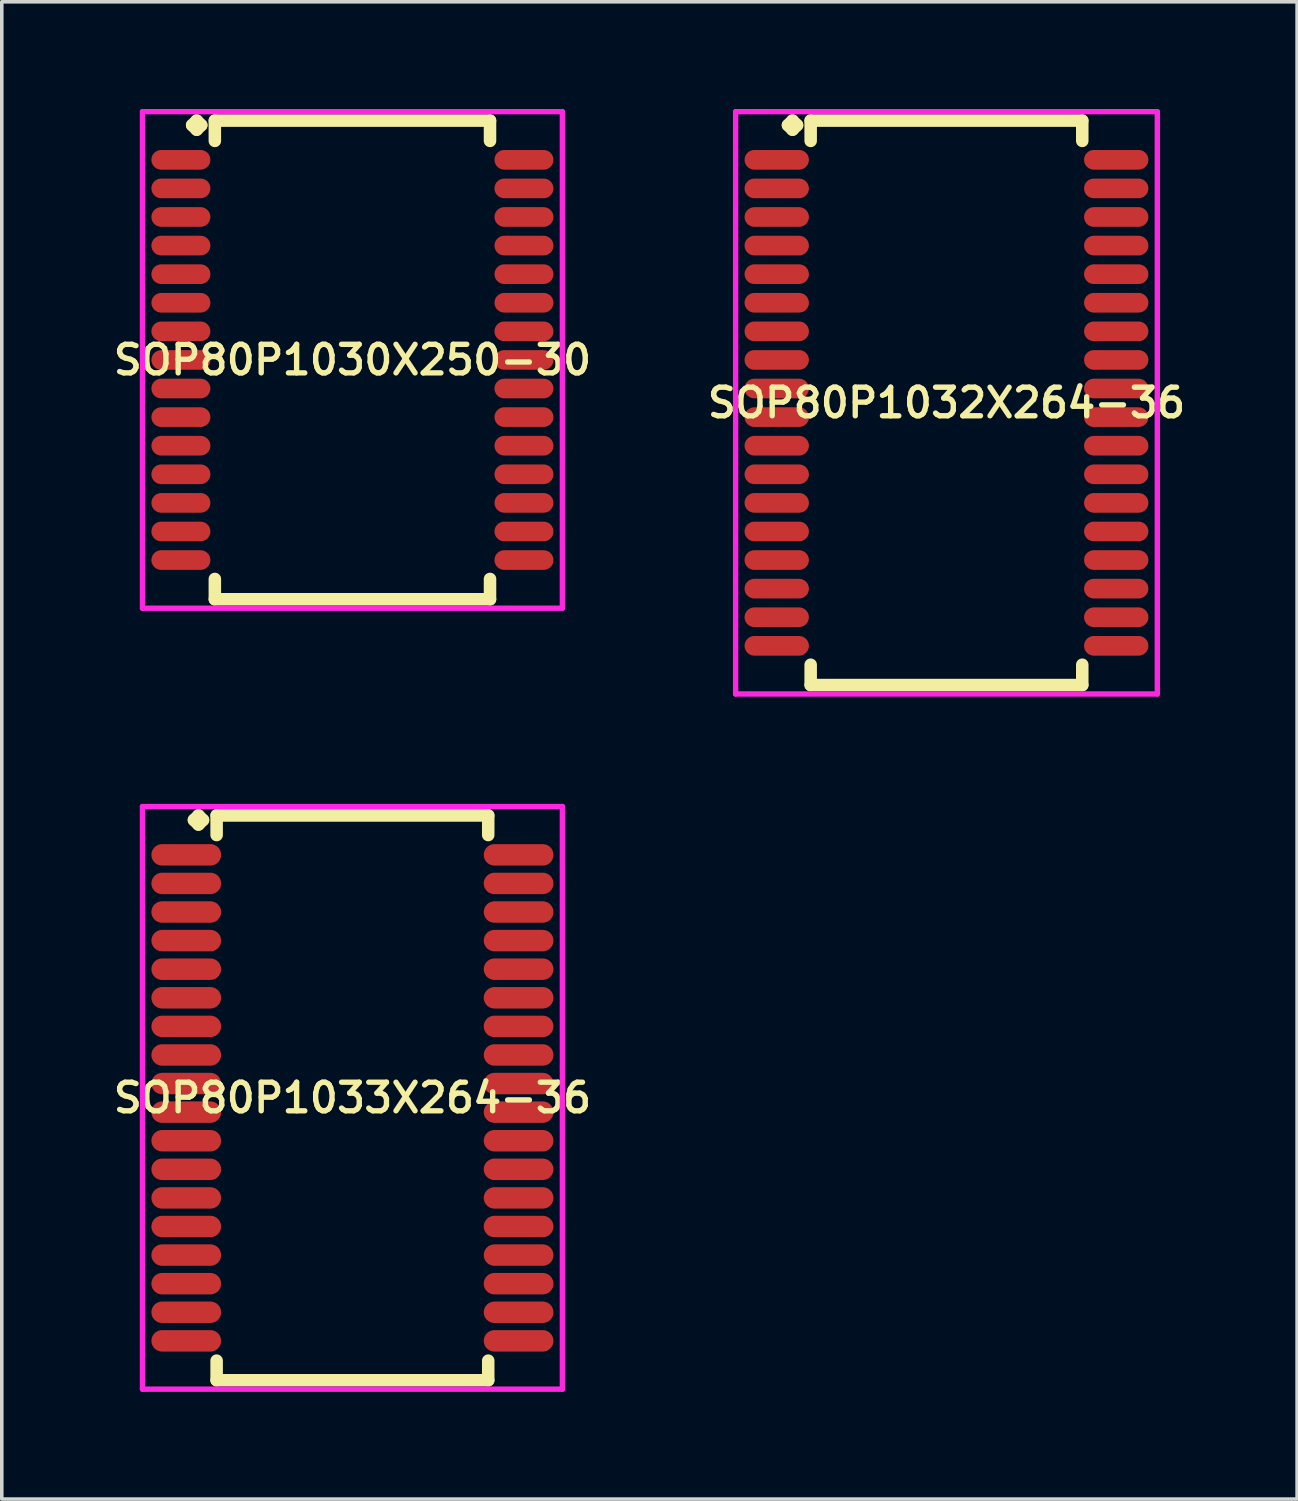
<source format=kicad_pcb>
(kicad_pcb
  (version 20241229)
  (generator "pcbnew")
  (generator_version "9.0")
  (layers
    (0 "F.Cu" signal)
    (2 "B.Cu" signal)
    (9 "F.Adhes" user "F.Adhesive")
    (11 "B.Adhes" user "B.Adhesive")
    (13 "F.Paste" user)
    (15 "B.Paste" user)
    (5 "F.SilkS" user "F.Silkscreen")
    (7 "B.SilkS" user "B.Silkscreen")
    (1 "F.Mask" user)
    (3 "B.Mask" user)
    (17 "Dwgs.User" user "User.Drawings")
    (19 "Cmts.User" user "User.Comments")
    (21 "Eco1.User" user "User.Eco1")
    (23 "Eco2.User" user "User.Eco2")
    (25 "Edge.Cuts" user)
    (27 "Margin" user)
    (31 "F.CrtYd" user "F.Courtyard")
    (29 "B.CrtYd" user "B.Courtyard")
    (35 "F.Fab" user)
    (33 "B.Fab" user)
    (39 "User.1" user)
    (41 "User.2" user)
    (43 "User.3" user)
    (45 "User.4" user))
  (footprint "SOP80P1032X264-36"
    (layer "F.Cu")
    (at 23.435 8.222)
    (property "Reference" "SOP80P1032X264-36" (at 0 0 0) (layer "F.SilkS") (effects (font (size 0.8 0.8) (thickness 0.15))))
    (attr through_hole)
    (fp_line (start -4.435 -7.77) (end -4.308 -7.897) (stroke (width 0.35) (type solid)) (layer "F.SilkS"))
    (fp_line (start -4.308 -7.897) (end -4.181 -7.77) (stroke (width 0.35) (type solid)) (layer "F.SilkS"))
    (fp_line (start -4.308 -7.643) (end -4.435 -7.77) (stroke (width 0.35) (type solid)) (layer "F.SilkS"))
    (fp_line (start -4.181 -7.77) (end -4.308 -7.643) (stroke (width 0.35) (type solid)) (layer "F.SilkS"))
    (fp_line (start -3.8 -7.897) (end 3.8 -7.897) (stroke (width 0.35) (type solid)) (layer "F.SilkS"))
    (fp_line (start -3.8 -7.329) (end -3.8 -7.897) (stroke (width 0.35) (type solid)) (layer "F.SilkS"))
    (fp_line (start -3.8 7.329) (end -3.8 7.897) (stroke (width 0.35) (type solid)) (layer "F.SilkS"))
    (fp_line (start -3.8 7.897) (end 3.8 7.897) (stroke (width 0.35) (type solid)) (layer "F.SilkS"))
    (fp_line (start 3.8 -7.897) (end 3.8 -7.329) (stroke (width 0.35) (type solid)) (layer "F.SilkS"))
    (fp_line (start 3.8 7.897) (end 3.8 7.329) (stroke (width 0.35) (type solid)) (layer "F.SilkS"))
    (fp_line (start -5.9 -8.147) (end 5.9 -8.147) (stroke (width 0.15) (type solid)) (layer "F.CrtYd"))
    (fp_line (start -5.9 8.147) (end -5.9 -8.147) (stroke (width 0.15) (type solid)) (layer "F.CrtYd"))
    (fp_line (start 5.9 -8.147) (end 5.9 8.147) (stroke (width 0.15) (type solid)) (layer "F.CrtYd"))
    (fp_line (start 5.9 8.147) (end -5.9 8.147) (stroke (width 0.15) (type solid)) (layer "F.CrtYd"))
    (pad "1" smd oval (at -4.75 -6.8) (size 1.8 0.55) (layers "F.Cu" "F.Mask" "F.Paste"))
    (pad "2" smd oval (at -4.75 -6) (size 1.8 0.55) (layers "F.Cu" "F.Mask" "F.Paste"))
    (pad "3" smd oval (at -4.75 -5.2) (size 1.8 0.55) (layers "F.Cu" "F.Mask" "F.Paste"))
    (pad "4" smd oval (at -4.75 -4.4) (size 1.8 0.55) (layers "F.Cu" "F.Mask" "F.Paste"))
    (pad "5" smd oval (at -4.75 -3.6) (size 1.8 0.55) (layers "F.Cu" "F.Mask" "F.Paste"))
    (pad "6" smd oval (at -4.75 -2.8) (size 1.8 0.55) (layers "F.Cu" "F.Mask" "F.Paste"))
    (pad "7" smd oval (at -4.75 -2) (size 1.8 0.55) (layers "F.Cu" "F.Mask" "F.Paste"))
    (pad "8" smd oval (at -4.75 -1.2) (size 1.8 0.55) (layers "F.Cu" "F.Mask" "F.Paste"))
    (pad "9" smd oval (at -4.75 -0.4) (size 1.8 0.55) (layers "F.Cu" "F.Mask" "F.Paste"))
    (pad "10" smd oval (at -4.75 0.4) (size 1.8 0.55) (layers "F.Cu" "F.Mask" "F.Paste"))
    (pad "11" smd oval (at -4.75 1.2) (size 1.8 0.55) (layers "F.Cu" "F.Mask" "F.Paste"))
    (pad "12" smd oval (at -4.75 2) (size 1.8 0.55) (layers "F.Cu" "F.Mask" "F.Paste"))
    (pad "13" smd oval (at -4.75 2.8) (size 1.8 0.55) (layers "F.Cu" "F.Mask" "F.Paste"))
    (pad "14" smd oval (at -4.75 3.6) (size 1.8 0.55) (layers "F.Cu" "F.Mask" "F.Paste"))
    (pad "15" smd oval (at -4.75 4.4) (size 1.8 0.55) (layers "F.Cu" "F.Mask" "F.Paste"))
    (pad "16" smd oval (at -4.75 5.2) (size 1.8 0.55) (layers "F.Cu" "F.Mask" "F.Paste"))
    (pad "17" smd oval (at -4.75 6) (size 1.8 0.55) (layers "F.Cu" "F.Mask" "F.Paste"))
    (pad "18" smd oval (at -4.75 6.8) (size 1.8 0.55) (layers "F.Cu" "F.Mask" "F.Paste"))
    (pad "19" smd oval (at 4.75 6.8) (size 1.8 0.55) (layers "F.Cu" "F.Mask" "F.Paste"))
    (pad "20" smd oval (at 4.75 6) (size 1.8 0.55) (layers "F.Cu" "F.Mask" "F.Paste"))
    (pad "21" smd oval (at 4.75 5.2) (size 1.8 0.55) (layers "F.Cu" "F.Mask" "F.Paste"))
    (pad "22" smd oval (at 4.75 4.4) (size 1.8 0.55) (layers "F.Cu" "F.Mask" "F.Paste"))
    (pad "23" smd oval (at 4.75 3.6) (size 1.8 0.55) (layers "F.Cu" "F.Mask" "F.Paste"))
    (pad "24" smd oval (at 4.75 2.8) (size 1.8 0.55) (layers "F.Cu" "F.Mask" "F.Paste"))
    (pad "25" smd oval (at 4.75 2) (size 1.8 0.55) (layers "F.Cu" "F.Mask" "F.Paste"))
    (pad "26" smd oval (at 4.75 1.2) (size 1.8 0.55) (layers "F.Cu" "F.Mask" "F.Paste"))
    (pad "27" smd oval (at 4.75 0.4) (size 1.8 0.55) (layers "F.Cu" "F.Mask" "F.Paste"))
    (pad "28" smd oval (at 4.75 -0.4) (size 1.8 0.55) (layers "F.Cu" "F.Mask" "F.Paste"))
    (pad "29" smd oval (at 4.75 -1.2) (size 1.8 0.55) (layers "F.Cu" "F.Mask" "F.Paste"))
    (pad "30" smd oval (at 4.75 -2) (size 1.8 0.55) (layers "F.Cu" "F.Mask" "F.Paste"))
    (pad "31" smd oval (at 4.75 -2.8) (size 1.8 0.55) (layers "F.Cu" "F.Mask" "F.Paste"))
    (pad "32" smd oval (at 4.75 -3.6) (size 1.8 0.55) (layers "F.Cu" "F.Mask" "F.Paste"))
    (pad "33" smd oval (at 4.75 -4.4) (size 1.8 0.55) (layers "F.Cu" "F.Mask" "F.Paste"))
    (pad "34" smd oval (at 4.75 -5.2) (size 1.8 0.55) (layers "F.Cu" "F.Mask" "F.Paste"))
    (pad "35" smd oval (at 4.75 -6) (size 1.8 0.55) (layers "F.Cu" "F.Mask" "F.Paste"))
    (pad "36" smd oval (at 4.75 -6.8) (size 1.8 0.55) (layers "F.Cu" "F.Mask" "F.Paste")))
  (footprint "SOP80P1033X264-36"
    (layer "F.Cu")
    (at 6.812 27.671)
    (property "Reference" "SOP80P1033X264-36" (at 0 0 0) (layer "F.SilkS") (effects (font (size 0.8 0.8) (thickness 0.15))))
    (attr through_hole)
    (fp_line (start -4.435 -7.775) (end -4.308 -7.902) (stroke (width 0.35) (type solid)) (layer "F.SilkS"))
    (fp_line (start -4.308 -7.902) (end -4.181 -7.775) (stroke (width 0.35) (type solid)) (layer "F.SilkS"))
    (fp_line (start -4.308 -7.648) (end -4.435 -7.775) (stroke (width 0.35) (type solid)) (layer "F.SilkS"))
    (fp_line (start -4.181 -7.775) (end -4.308 -7.648) (stroke (width 0.35) (type solid)) (layer "F.SilkS"))
    (fp_line (start -3.8 -7.902) (end 3.8 -7.902) (stroke (width 0.35) (type solid)) (layer "F.SilkS"))
    (fp_line (start -3.8 -7.354) (end -3.8 -7.902) (stroke (width 0.35) (type solid)) (layer "F.SilkS"))
    (fp_line (start -3.8 7.354) (end -3.8 7.902) (stroke (width 0.35) (type solid)) (layer "F.SilkS"))
    (fp_line (start -3.8 7.902) (end 3.8 7.902) (stroke (width 0.35) (type solid)) (layer "F.SilkS"))
    (fp_line (start 3.8 -7.902) (end 3.8 -7.354) (stroke (width 0.35) (type solid)) (layer "F.SilkS"))
    (fp_line (start 3.8 7.902) (end 3.8 7.354) (stroke (width 0.35) (type solid)) (layer "F.SilkS"))
    (fp_line (start -5.875 -8.152) (end 5.875 -8.152) (stroke (width 0.15) (type solid)) (layer "F.CrtYd"))
    (fp_line (start -5.875 8.152) (end -5.875 -8.152) (stroke (width 0.15) (type solid)) (layer "F.CrtYd"))
    (fp_line (start 5.875 -8.152) (end 5.875 8.152) (stroke (width 0.15) (type solid)) (layer "F.CrtYd"))
    (fp_line (start 5.875 8.152) (end -5.875 8.152) (stroke (width 0.15) (type solid)) (layer "F.CrtYd"))
    (pad "1" smd oval (at -4.65 -6.8) (size 1.95 0.6) (layers "F.Cu" "F.Mask" "F.Paste"))
    (pad "2" smd oval (at -4.65 -6) (size 1.95 0.6) (layers "F.Cu" "F.Mask" "F.Paste"))
    (pad "3" smd oval (at -4.65 -5.2) (size 1.95 0.6) (layers "F.Cu" "F.Mask" "F.Paste"))
    (pad "4" smd oval (at -4.65 -4.4) (size 1.95 0.6) (layers "F.Cu" "F.Mask" "F.Paste"))
    (pad "5" smd oval (at -4.65 -3.6) (size 1.95 0.6) (layers "F.Cu" "F.Mask" "F.Paste"))
    (pad "6" smd oval (at -4.65 -2.8) (size 1.95 0.6) (layers "F.Cu" "F.Mask" "F.Paste"))
    (pad "7" smd oval (at -4.65 -2) (size 1.95 0.6) (layers "F.Cu" "F.Mask" "F.Paste"))
    (pad "8" smd oval (at -4.65 -1.2) (size 1.95 0.6) (layers "F.Cu" "F.Mask" "F.Paste"))
    (pad "9" smd oval (at -4.65 -0.4) (size 1.95 0.6) (layers "F.Cu" "F.Mask" "F.Paste"))
    (pad "10" smd oval (at -4.65 0.4) (size 1.95 0.6) (layers "F.Cu" "F.Mask" "F.Paste"))
    (pad "11" smd oval (at -4.65 1.2) (size 1.95 0.6) (layers "F.Cu" "F.Mask" "F.Paste"))
    (pad "12" smd oval (at -4.65 2) (size 1.95 0.6) (layers "F.Cu" "F.Mask" "F.Paste"))
    (pad "13" smd oval (at -4.65 2.8) (size 1.95 0.6) (layers "F.Cu" "F.Mask" "F.Paste"))
    (pad "14" smd oval (at -4.65 3.6) (size 1.95 0.6) (layers "F.Cu" "F.Mask" "F.Paste"))
    (pad "15" smd oval (at -4.65 4.4) (size 1.95 0.6) (layers "F.Cu" "F.Mask" "F.Paste"))
    (pad "16" smd oval (at -4.65 5.2) (size 1.95 0.6) (layers "F.Cu" "F.Mask" "F.Paste"))
    (pad "17" smd oval (at -4.65 6) (size 1.95 0.6) (layers "F.Cu" "F.Mask" "F.Paste"))
    (pad "18" smd oval (at -4.65 6.8) (size 1.95 0.6) (layers "F.Cu" "F.Mask" "F.Paste"))
    (pad "19" smd oval (at 4.65 6.8) (size 1.95 0.6) (layers "F.Cu" "F.Mask" "F.Paste"))
    (pad "20" smd oval (at 4.65 6) (size 1.95 0.6) (layers "F.Cu" "F.Mask" "F.Paste"))
    (pad "21" smd oval (at 4.65 5.2) (size 1.95 0.6) (layers "F.Cu" "F.Mask" "F.Paste"))
    (pad "22" smd oval (at 4.65 4.4) (size 1.95 0.6) (layers "F.Cu" "F.Mask" "F.Paste"))
    (pad "23" smd oval (at 4.65 3.6) (size 1.95 0.6) (layers "F.Cu" "F.Mask" "F.Paste"))
    (pad "24" smd oval (at 4.65 2.8) (size 1.95 0.6) (layers "F.Cu" "F.Mask" "F.Paste"))
    (pad "25" smd oval (at 4.65 2) (size 1.95 0.6) (layers "F.Cu" "F.Mask" "F.Paste"))
    (pad "26" smd oval (at 4.65 1.2) (size 1.95 0.6) (layers "F.Cu" "F.Mask" "F.Paste"))
    (pad "27" smd oval (at 4.65 0.4) (size 1.95 0.6) (layers "F.Cu" "F.Mask" "F.Paste"))
    (pad "28" smd oval (at 4.65 -0.4) (size 1.95 0.6) (layers "F.Cu" "F.Mask" "F.Paste"))
    (pad "29" smd oval (at 4.65 -1.2) (size 1.95 0.6) (layers "F.Cu" "F.Mask" "F.Paste"))
    (pad "30" smd oval (at 4.65 -2) (size 1.95 0.6) (layers "F.Cu" "F.Mask" "F.Paste"))
    (pad "31" smd oval (at 4.65 -2.8) (size 1.95 0.6) (layers "F.Cu" "F.Mask" "F.Paste"))
    (pad "32" smd oval (at 4.65 -3.6) (size 1.95 0.6) (layers "F.Cu" "F.Mask" "F.Paste"))
    (pad "33" smd oval (at 4.65 -4.4) (size 1.95 0.6) (layers "F.Cu" "F.Mask" "F.Paste"))
    (pad "34" smd oval (at 4.65 -5.2) (size 1.95 0.6) (layers "F.Cu" "F.Mask" "F.Paste"))
    (pad "35" smd oval (at 4.65 -6) (size 1.95 0.6) (layers "F.Cu" "F.Mask" "F.Paste"))
    (pad "36" smd oval (at 4.65 -6.8) (size 1.95 0.6) (layers "F.Cu" "F.Mask" "F.Paste")))
  (footprint "SOP80P1030X250-30"
    (layer "F.Cu")
    (at 6.812 7.022)
    (property "Reference" "SOP80P1030X250-30" (at 0 0 0) (layer "F.SilkS") (effects (font (size 0.8 0.8) (thickness 0.15))))
    (attr smd)
    (fp_line (start -4.485 -6.57) (end -4.358 -6.697) (stroke (width 0.35) (type solid)) (layer "F.SilkS"))
    (fp_line (start -4.358 -6.697) (end -4.231 -6.57) (stroke (width 0.35) (type solid)) (layer "F.SilkS"))
    (fp_line (start -4.358 -6.443) (end -4.485 -6.57) (stroke (width 0.35) (type solid)) (layer "F.SilkS"))
    (fp_line (start -4.231 -6.57) (end -4.358 -6.443) (stroke (width 0.35) (type solid)) (layer "F.SilkS"))
    (fp_line (start -3.85 -6.697) (end 3.85 -6.697) (stroke (width 0.35) (type solid)) (layer "F.SilkS"))
    (fp_line (start -3.85 -6.129) (end -3.85 -6.697) (stroke (width 0.35) (type solid)) (layer "F.SilkS"))
    (fp_line (start -3.85 6.129) (end -3.85 6.697) (stroke (width 0.35) (type solid)) (layer "F.SilkS"))
    (fp_line (start -3.85 6.697) (end 3.85 6.697) (stroke (width 0.35) (type solid)) (layer "F.SilkS"))
    (fp_line (start 3.85 -6.697) (end 3.85 -6.129) (stroke (width 0.35) (type solid)) (layer "F.SilkS"))
    (fp_line (start 3.85 6.697) (end 3.85 6.129) (stroke (width 0.35) (type solid)) (layer "F.SilkS"))
    (fp_line (start -5.875 -6.947) (end 5.875 -6.947) (stroke (width 0.15) (type solid)) (layer "F.CrtYd"))
    (fp_line (start -5.875 6.947) (end -5.875 -6.947) (stroke (width 0.15) (type solid)) (layer "F.CrtYd"))
    (fp_line (start 5.875 -6.947) (end 5.875 6.947) (stroke (width 0.15) (type solid)) (layer "F.CrtYd"))
    (fp_line (start 5.875 6.947) (end -5.875 6.947) (stroke (width 0.15) (type solid)) (layer "F.CrtYd"))
    (pad "1" smd oval (at -4.8 -5.6) (size 1.65 0.55) (layers "F.Cu" "F.Mask" "F.Paste"))
    (pad "2" smd oval (at -4.8 -4.8) (size 1.65 0.55) (layers "F.Cu" "F.Mask" "F.Paste"))
    (pad "3" smd oval (at -4.8 -4) (size 1.65 0.55) (layers "F.Cu" "F.Mask" "F.Paste"))
    (pad "4" smd oval (at -4.8 -3.2) (size 1.65 0.55) (layers "F.Cu" "F.Mask" "F.Paste"))
    (pad "5" smd oval (at -4.8 -2.4) (size 1.65 0.55) (layers "F.Cu" "F.Mask" "F.Paste"))
    (pad "6" smd oval (at -4.8 -1.6) (size 1.65 0.55) (layers "F.Cu" "F.Mask" "F.Paste"))
    (pad "7" smd oval (at -4.8 -0.8) (size 1.65 0.55) (layers "F.Cu" "F.Mask" "F.Paste"))
    (pad "8" smd oval (at -4.8 0) (size 1.65 0.55) (layers "F.Cu" "F.Mask" "F.Paste"))
    (pad "9" smd oval (at -4.8 0.8) (size 1.65 0.55) (layers "F.Cu" "F.Mask" "F.Paste"))
    (pad "10" smd oval (at -4.8 1.6) (size 1.65 0.55) (layers "F.Cu" "F.Mask" "F.Paste"))
    (pad "11" smd oval (at -4.8 2.4) (size 1.65 0.55) (layers "F.Cu" "F.Mask" "F.Paste"))
    (pad "12" smd oval (at -4.8 3.2) (size 1.65 0.55) (layers "F.Cu" "F.Mask" "F.Paste"))
    (pad "13" smd oval (at -4.8 4) (size 1.65 0.55) (layers "F.Cu" "F.Mask" "F.Paste"))
    (pad "14" smd oval (at -4.8 4.8) (size 1.65 0.55) (layers "F.Cu" "F.Mask" "F.Paste"))
    (pad "15" smd oval (at -4.8 5.6) (size 1.65 0.55) (layers "F.Cu" "F.Mask" "F.Paste"))
    (pad "16" smd oval (at 4.8 5.6) (size 1.65 0.55) (layers "F.Cu" "F.Mask" "F.Paste"))
    (pad "17" smd oval (at 4.8 4.8) (size 1.65 0.55) (layers "F.Cu" "F.Mask" "F.Paste"))
    (pad "18" smd oval (at 4.8 4) (size 1.65 0.55) (layers "F.Cu" "F.Mask" "F.Paste"))
    (pad "19" smd oval (at 4.8 3.2) (size 1.65 0.55) (layers "F.Cu" "F.Mask" "F.Paste"))
    (pad "20" smd oval (at 4.8 2.4) (size 1.65 0.55) (layers "F.Cu" "F.Mask" "F.Paste"))
    (pad "21" smd oval (at 4.8 1.6) (size 1.65 0.55) (layers "F.Cu" "F.Mask" "F.Paste"))
    (pad "22" smd oval (at 4.8 0.8) (size 1.65 0.55) (layers "F.Cu" "F.Mask" "F.Paste"))
    (pad "23" smd oval (at 4.8 0) (size 1.65 0.55) (layers "F.Cu" "F.Mask" "F.Paste"))
    (pad "24" smd oval (at 4.8 -0.8) (size 1.65 0.55) (layers "F.Cu" "F.Mask" "F.Paste"))
    (pad "25" smd oval (at 4.8 -1.6) (size 1.65 0.55) (layers "F.Cu" "F.Mask" "F.Paste"))
    (pad "26" smd oval (at 4.8 -2.4) (size 1.65 0.55) (layers "F.Cu" "F.Mask" "F.Paste"))
    (pad "27" smd oval (at 4.8 -3.2) (size 1.65 0.55) (layers "F.Cu" "F.Mask" "F.Paste"))
    (pad "28" smd oval (at 4.8 -4) (size 1.65 0.55) (layers "F.Cu" "F.Mask" "F.Paste"))
    (pad "29" smd oval (at 4.8 -4.8) (size 1.65 0.55) (layers "F.Cu" "F.Mask" "F.Paste"))
    (pad "30" smd oval (at 4.8 -5.6) (size 1.65 0.55) (layers "F.Cu" "F.Mask" "F.Paste")))
  (gr_rect
    (start -3 -3)
    (end 33.247 38.898)
    (stroke (width 0.1) (type default))
    (fill no)
    (layer "Edge.Cuts")))
</source>
